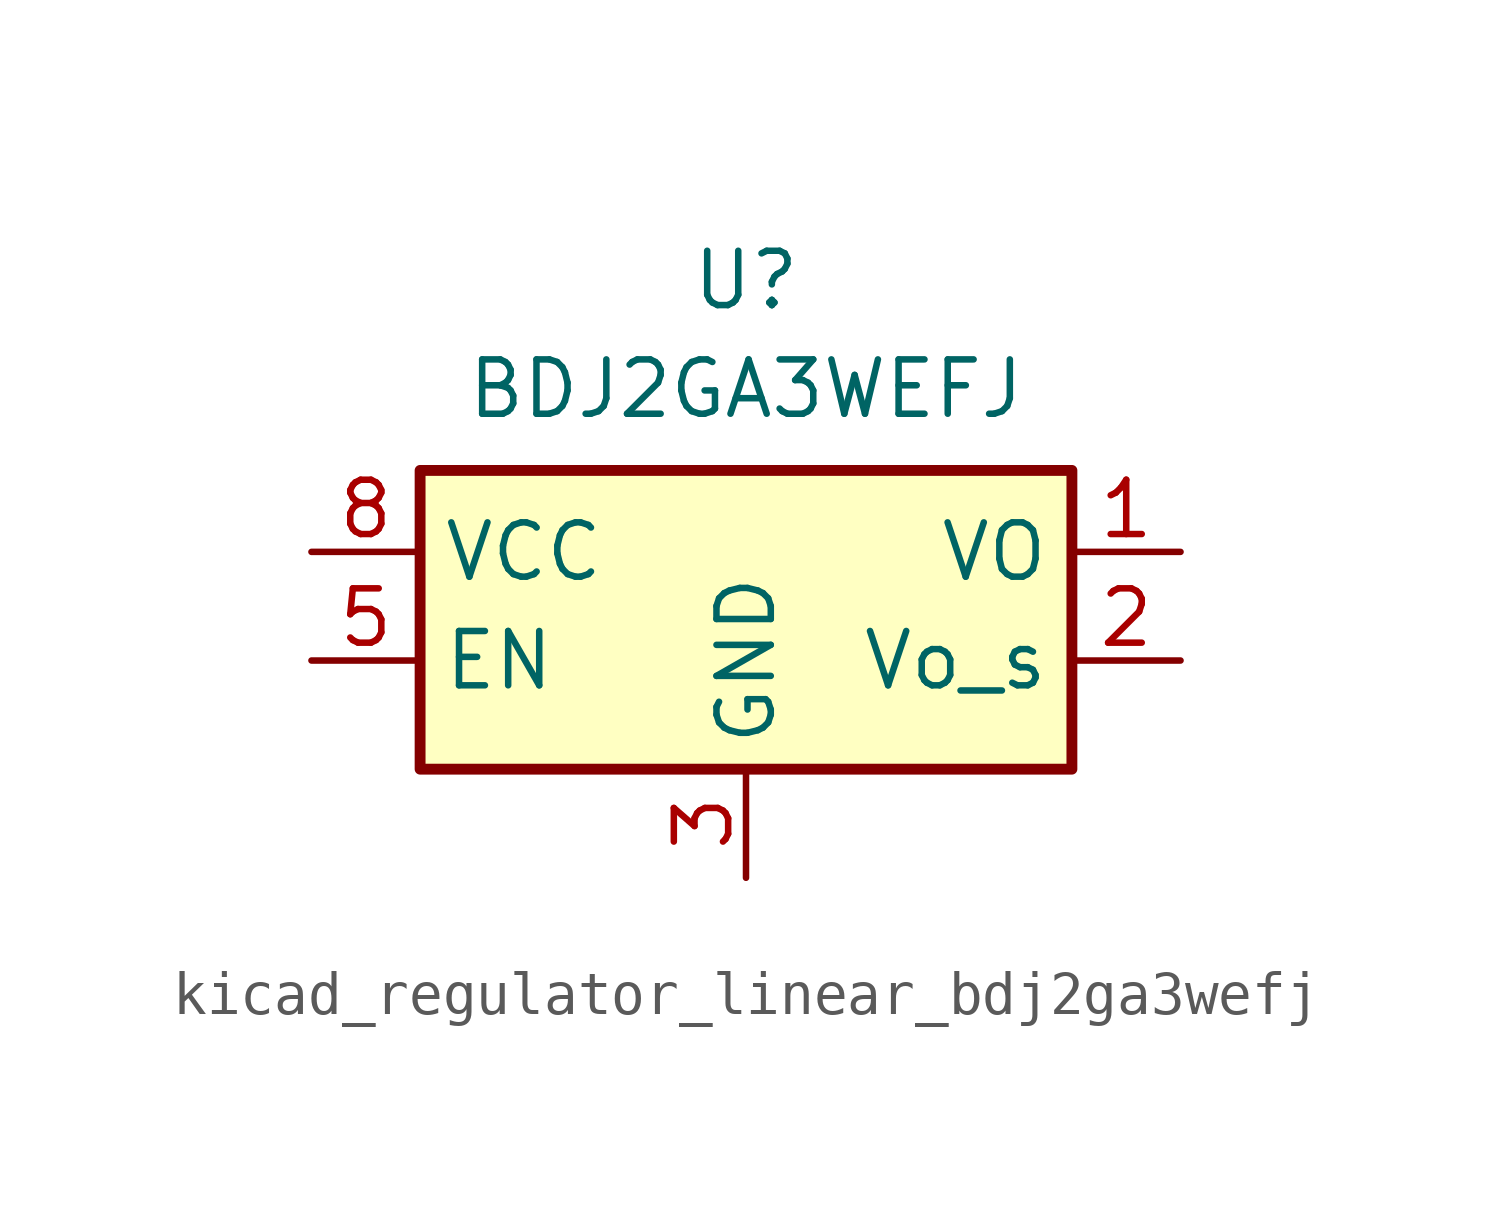
<source format=kicad_sym>
(kicad_symbol_lib
  (version 20220914)
  (generator kicad_symbol_editor)
  (symbol "kicad_regulator_linear_bdj2ga3wefj"
    (property "Reference" "U"
      (at 0 6.35 0)
      (effects (font (size 1.27 1.27))))
    (property "Value" "BDJ2GA3WEFJ"
      (at 0 3.81 0)
      (effects (font (size 1.27 1.27))))
    (symbol "kicad_regulator_linear_bdj2ga3wefj_1_1"
      (rectangle (start -7.62 -5.08) (end 7.62 1.905) (stroke (width 0.254) (type default)) (fill (type background)))
      (pin power_out line (at 10.16 0 180) (length 2.54) (name "VO" (effects (font (size 1.27 1.27)))) (number "1" (effects (font (size 1.27 1.27)))))
      (pin input line (at 10.16 -2.54 180) (length 2.54) (name "Vo_s" (effects (font (size 1.27 1.27)))) (number "2" (effects (font (size 1.27 1.27)))))
      (pin power_in line (at 0 -7.62 90) (length 2.54) (name "GND" (effects (font (size 1.27 1.27)))) (number "3" (effects (font (size 1.27 1.27)))))
      (pin passive line (at 0 -7.62 90) (length 2.54) hide (name "GND" (effects (font (size 1.27 1.27)))) (number "4" (effects (font (size 1.27 1.27)))))
      (pin input line (at -10.16 -2.54 0) (length 2.54) (name "EN" (effects (font (size 1.27 1.27)))) (number "5" (effects (font (size 1.27 1.27)))))
      (pin passive line (at 0 -7.62 90) (length 2.54) hide (name "GND" (effects (font (size 1.27 1.27)))) (number "6" (effects (font (size 1.27 1.27)))))
      (pin passive line (at 0 -7.62 90) (length 2.54) hide (name "GND" (effects (font (size 1.27 1.27)))) (number "7" (effects (font (size 1.27 1.27)))))
      (pin power_in line (at -10.16 0 0) (length 2.54) (name "VCC" (effects (font (size 1.27 1.27)))) (number "8" (effects (font (size 1.27 1.27)))))
      (pin passive line (at 0 -7.62 90) (length 2.54) hide (name "GND" (effects (font (size 1.27 1.27)))) (number "9" (effects (font (size 1.27 1.27))))))))
</source>
